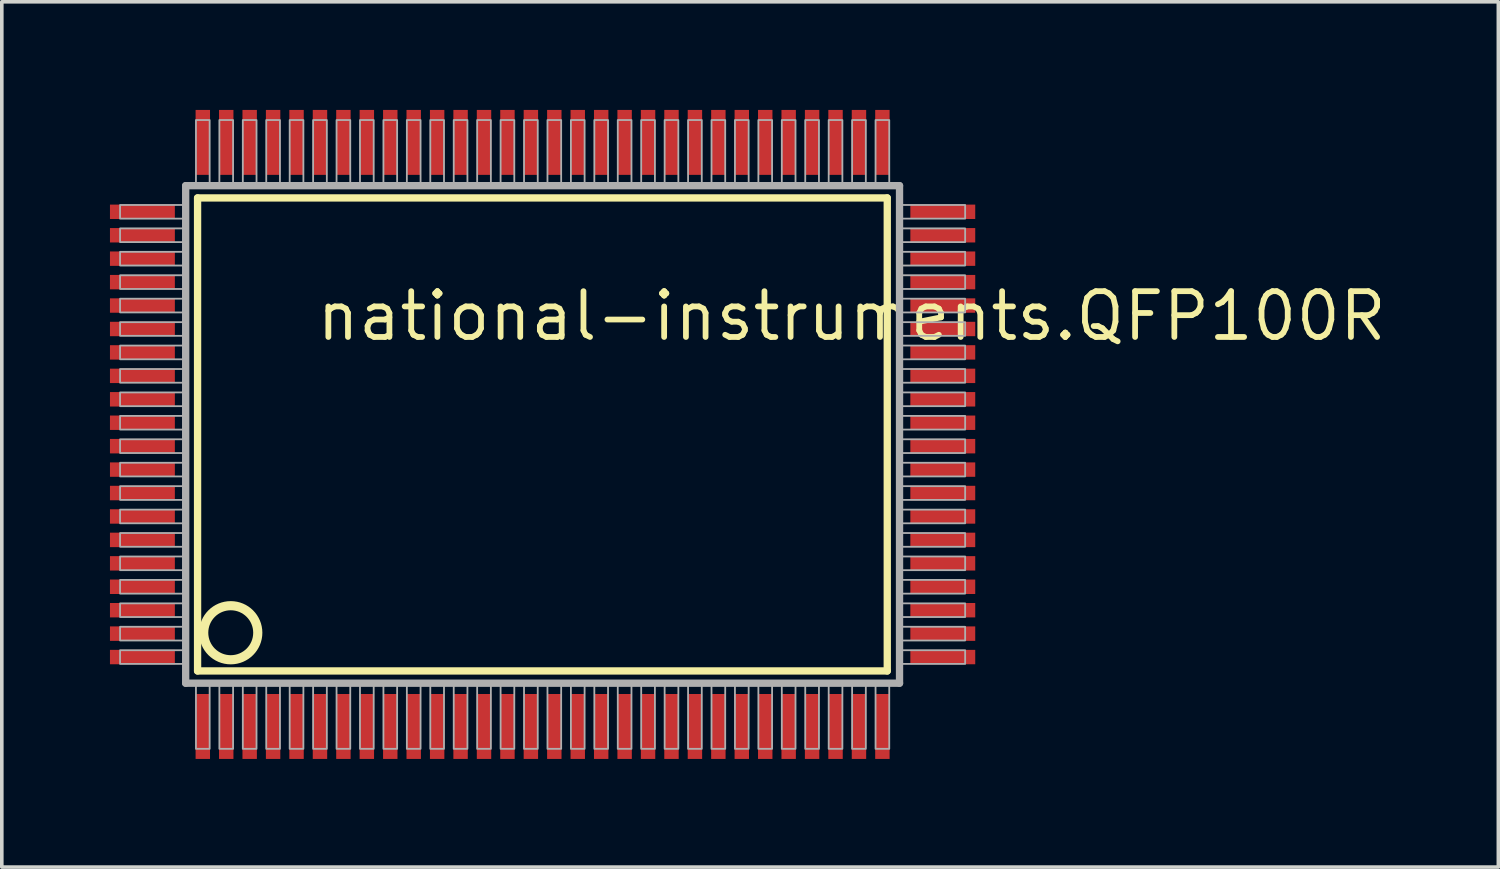
<source format=kicad_pcb>
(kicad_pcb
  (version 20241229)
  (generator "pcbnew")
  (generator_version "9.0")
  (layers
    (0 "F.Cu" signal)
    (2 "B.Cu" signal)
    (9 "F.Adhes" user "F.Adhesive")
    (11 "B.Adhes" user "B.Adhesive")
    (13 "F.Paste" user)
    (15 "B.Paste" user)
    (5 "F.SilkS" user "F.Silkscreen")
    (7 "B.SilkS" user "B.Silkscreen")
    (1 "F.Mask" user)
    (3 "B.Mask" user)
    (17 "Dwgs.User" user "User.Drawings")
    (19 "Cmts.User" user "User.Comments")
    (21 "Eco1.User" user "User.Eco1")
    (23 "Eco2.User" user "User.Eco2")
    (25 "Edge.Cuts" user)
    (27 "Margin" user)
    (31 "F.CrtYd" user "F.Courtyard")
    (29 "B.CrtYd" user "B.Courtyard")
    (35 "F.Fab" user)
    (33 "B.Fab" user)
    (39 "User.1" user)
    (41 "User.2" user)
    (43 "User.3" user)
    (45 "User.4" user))
  (footprint "national-instruments.QFP100R"
    (layer "F.Cu")
    (at 12 9)
    (property "Reference" "national-instruments.QFP100R" (at -6.35 -2.54 0) (layer "F.SilkS") (effects (font (size 1.27 1.27) (thickness 0.16)) (justify left bottom)))
    (attr smd)
    (fp_line (start -9.57 -6.56) (end 9.56 -6.56) (stroke (width 0.203) (type default)) (layer "F.SilkS"))
    (fp_line (start -9.57 6.56) (end -9.57 -6.56) (stroke (width 0.203) (type default)) (layer "F.SilkS"))
    (fp_line (start 9.56 -6.56) (end 9.56 6.56) (stroke (width 0.203) (type default)) (layer "F.SilkS"))
    (fp_line (start 9.56 6.56) (end -9.57 6.56) (stroke (width 0.203) (type default)) (layer "F.SilkS"))
    (fp_circle (center -8.65 5.5) (end -7.9 5.5) (stroke (width 0.254) (type default)) (fill no) (layer "F.SilkS"))
    (fp_line (start -9.9 -6.9) (end -9.9 6.9) (stroke (width 0.203) (type default)) (layer "F.Fab"))
    (fp_line (start -9.9 6.9) (end 9.9 6.9) (stroke (width 0.203) (type default)) (layer "F.Fab"))
    (fp_line (start 9.9 -6.9) (end -9.9 -6.9) (stroke (width 0.203) (type default)) (layer "F.Fab"))
    (fp_line (start 9.9 6.9) (end 9.9 -6.9) (stroke (width 0.203) (type default)) (layer "F.Fab"))
    (fp_rect (start -11.72 -5.985) (end -9.95 -6.365) (stroke (width 0.05) (type default)) (fill no) (layer "F.Fab"))
    (fp_rect (start -11.72 -5.335) (end -9.95 -5.715) (stroke (width 0.05) (type default)) (fill no) (layer "F.Fab"))
    (fp_rect (start -11.72 -4.685) (end -9.95 -5.065) (stroke (width 0.05) (type default)) (fill no) (layer "F.Fab"))
    (fp_rect (start -11.72 -4.035) (end -9.95 -4.415) (stroke (width 0.05) (type default)) (fill no) (layer "F.Fab"))
    (fp_rect (start -11.72 -3.385) (end -9.95 -3.765) (stroke (width 0.05) (type default)) (fill no) (layer "F.Fab"))
    (fp_rect (start -11.72 -2.735) (end -9.95 -3.115) (stroke (width 0.05) (type default)) (fill no) (layer "F.Fab"))
    (fp_rect (start -11.72 -2.085) (end -9.95 -2.465) (stroke (width 0.05) (type default)) (fill no) (layer "F.Fab"))
    (fp_rect (start -11.72 -1.435) (end -9.95 -1.815) (stroke (width 0.05) (type default)) (fill no) (layer "F.Fab"))
    (fp_rect (start -11.72 -0.785) (end -9.95 -1.165) (stroke (width 0.05) (type default)) (fill no) (layer "F.Fab"))
    (fp_rect (start -11.72 -0.135) (end -9.95 -0.515) (stroke (width 0.05) (type default)) (fill no) (layer "F.Fab"))
    (fp_rect (start -11.72 0.515) (end -9.95 0.135) (stroke (width 0.05) (type default)) (fill no) (layer "F.Fab"))
    (fp_rect (start -11.72 1.165) (end -9.95 0.785) (stroke (width 0.05) (type default)) (fill no) (layer "F.Fab"))
    (fp_rect (start -11.72 1.815) (end -9.95 1.435) (stroke (width 0.05) (type default)) (fill no) (layer "F.Fab"))
    (fp_rect (start -11.72 2.465) (end -9.95 2.085) (stroke (width 0.05) (type default)) (fill no) (layer "F.Fab"))
    (fp_rect (start -11.72 3.115) (end -9.95 2.735) (stroke (width 0.05) (type default)) (fill no) (layer "F.Fab"))
    (fp_rect (start -11.72 3.765) (end -9.95 3.385) (stroke (width 0.05) (type default)) (fill no) (layer "F.Fab"))
    (fp_rect (start -11.72 4.415) (end -9.95 4.035) (stroke (width 0.05) (type default)) (fill no) (layer "F.Fab"))
    (fp_rect (start -11.72 5.065) (end -9.95 4.685) (stroke (width 0.05) (type default)) (fill no) (layer "F.Fab"))
    (fp_rect (start -11.72 5.715) (end -9.95 5.335) (stroke (width 0.05) (type default)) (fill no) (layer "F.Fab"))
    (fp_rect (start -11.72 6.365) (end -9.95 5.985) (stroke (width 0.05) (type default)) (fill no) (layer "F.Fab"))
    (fp_rect (start -9.615 -6.95) (end -9.235 -8.72) (stroke (width 0.05) (type default)) (fill no) (layer "F.Fab"))
    (fp_rect (start -9.615 8.72) (end -9.235 6.95) (stroke (width 0.05) (type default)) (fill no) (layer "F.Fab"))
    (fp_rect (start -8.965 -6.95) (end -8.585 -8.72) (stroke (width 0.05) (type default)) (fill no) (layer "F.Fab"))
    (fp_rect (start -8.965 8.72) (end -8.585 6.95) (stroke (width 0.05) (type default)) (fill no) (layer "F.Fab"))
    (fp_rect (start -8.315 -6.95) (end -7.935 -8.72) (stroke (width 0.05) (type default)) (fill no) (layer "F.Fab"))
    (fp_rect (start -8.315 8.72) (end -7.935 6.95) (stroke (width 0.05) (type default)) (fill no) (layer "F.Fab"))
    (fp_rect (start -7.665 -6.95) (end -7.285 -8.72) (stroke (width 0.05) (type default)) (fill no) (layer "F.Fab"))
    (fp_rect (start -7.665 8.72) (end -7.285 6.95) (stroke (width 0.05) (type default)) (fill no) (layer "F.Fab"))
    (fp_rect (start -7.015 -6.95) (end -6.635 -8.72) (stroke (width 0.05) (type default)) (fill no) (layer "F.Fab"))
    (fp_rect (start -7.015 8.72) (end -6.635 6.95) (stroke (width 0.05) (type default)) (fill no) (layer "F.Fab"))
    (fp_rect (start -6.365 -6.95) (end -5.985 -8.72) (stroke (width 0.05) (type default)) (fill no) (layer "F.Fab"))
    (fp_rect (start -6.365 8.72) (end -5.985 6.95) (stroke (width 0.05) (type default)) (fill no) (layer "F.Fab"))
    (fp_rect (start -5.715 -6.95) (end -5.335 -8.72) (stroke (width 0.05) (type default)) (fill no) (layer "F.Fab"))
    (fp_rect (start -5.715 8.72) (end -5.335 6.95) (stroke (width 0.05) (type default)) (fill no) (layer "F.Fab"))
    (fp_rect (start -5.065 -6.95) (end -4.685 -8.72) (stroke (width 0.05) (type default)) (fill no) (layer "F.Fab"))
    (fp_rect (start -5.065 8.72) (end -4.685 6.95) (stroke (width 0.05) (type default)) (fill no) (layer "F.Fab"))
    (fp_rect (start -4.415 -6.95) (end -4.035 -8.72) (stroke (width 0.05) (type default)) (fill no) (layer "F.Fab"))
    (fp_rect (start -4.415 8.72) (end -4.035 6.95) (stroke (width 0.05) (type default)) (fill no) (layer "F.Fab"))
    (fp_rect (start -3.765 -6.95) (end -3.385 -8.72) (stroke (width 0.05) (type default)) (fill no) (layer "F.Fab"))
    (fp_rect (start -3.765 8.72) (end -3.385 6.95) (stroke (width 0.05) (type default)) (fill no) (layer "F.Fab"))
    (fp_rect (start -3.115 -6.95) (end -2.735 -8.72) (stroke (width 0.05) (type default)) (fill no) (layer "F.Fab"))
    (fp_rect (start -3.115 8.72) (end -2.735 6.95) (stroke (width 0.05) (type default)) (fill no) (layer "F.Fab"))
    (fp_rect (start -2.465 -6.95) (end -2.085 -8.72) (stroke (width 0.05) (type default)) (fill no) (layer "F.Fab"))
    (fp_rect (start -2.465 8.72) (end -2.085 6.95) (stroke (width 0.05) (type default)) (fill no) (layer "F.Fab"))
    (fp_rect (start -1.815 -6.95) (end -1.435 -8.72) (stroke (width 0.05) (type default)) (fill no) (layer "F.Fab"))
    (fp_rect (start -1.815 8.72) (end -1.435 6.95) (stroke (width 0.05) (type default)) (fill no) (layer "F.Fab"))
    (fp_rect (start -1.165 -6.95) (end -0.785 -8.72) (stroke (width 0.05) (type default)) (fill no) (layer "F.Fab"))
    (fp_rect (start -1.165 8.72) (end -0.785 6.95) (stroke (width 0.05) (type default)) (fill no) (layer "F.Fab"))
    (fp_rect (start -0.515 -6.95) (end -0.135 -8.72) (stroke (width 0.05) (type default)) (fill no) (layer "F.Fab"))
    (fp_rect (start -0.515 8.72) (end -0.135 6.95) (stroke (width 0.05) (type default)) (fill no) (layer "F.Fab"))
    (fp_rect (start 0.135 -6.95) (end 0.515 -8.72) (stroke (width 0.05) (type default)) (fill no) (layer "F.Fab"))
    (fp_rect (start 0.135 8.72) (end 0.515 6.95) (stroke (width 0.05) (type default)) (fill no) (layer "F.Fab"))
    (fp_rect (start 0.785 -6.95) (end 1.165 -8.72) (stroke (width 0.05) (type default)) (fill no) (layer "F.Fab"))
    (fp_rect (start 0.785 8.72) (end 1.165 6.95) (stroke (width 0.05) (type default)) (fill no) (layer "F.Fab"))
    (fp_rect (start 1.435 -6.95) (end 1.815 -8.72) (stroke (width 0.05) (type default)) (fill no) (layer "F.Fab"))
    (fp_rect (start 1.435 8.72) (end 1.815 6.95) (stroke (width 0.05) (type default)) (fill no) (layer "F.Fab"))
    (fp_rect (start 2.085 -6.95) (end 2.465 -8.72) (stroke (width 0.05) (type default)) (fill no) (layer "F.Fab"))
    (fp_rect (start 2.085 8.72) (end 2.465 6.95) (stroke (width 0.05) (type default)) (fill no) (layer "F.Fab"))
    (fp_rect (start 2.735 -6.95) (end 3.115 -8.72) (stroke (width 0.05) (type default)) (fill no) (layer "F.Fab"))
    (fp_rect (start 2.735 8.72) (end 3.115 6.95) (stroke (width 0.05) (type default)) (fill no) (layer "F.Fab"))
    (fp_rect (start 3.385 -6.95) (end 3.765 -8.72) (stroke (width 0.05) (type default)) (fill no) (layer "F.Fab"))
    (fp_rect (start 3.385 8.72) (end 3.765 6.95) (stroke (width 0.05) (type default)) (fill no) (layer "F.Fab"))
    (fp_rect (start 4.035 -6.95) (end 4.415 -8.72) (stroke (width 0.05) (type default)) (fill no) (layer "F.Fab"))
    (fp_rect (start 4.035 8.72) (end 4.415 6.95) (stroke (width 0.05) (type default)) (fill no) (layer "F.Fab"))
    (fp_rect (start 4.685 -6.95) (end 5.065 -8.72) (stroke (width 0.05) (type default)) (fill no) (layer "F.Fab"))
    (fp_rect (start 4.685 8.72) (end 5.065 6.95) (stroke (width 0.05) (type default)) (fill no) (layer "F.Fab"))
    (fp_rect (start 5.335 -6.95) (end 5.715 -8.72) (stroke (width 0.05) (type default)) (fill no) (layer "F.Fab"))
    (fp_rect (start 5.335 8.72) (end 5.715 6.95) (stroke (width 0.05) (type default)) (fill no) (layer "F.Fab"))
    (fp_rect (start 5.985 -6.95) (end 6.365 -8.72) (stroke (width 0.05) (type default)) (fill no) (layer "F.Fab"))
    (fp_rect (start 5.985 8.72) (end 6.365 6.95) (stroke (width 0.05) (type default)) (fill no) (layer "F.Fab"))
    (fp_rect (start 6.635 -6.95) (end 7.015 -8.72) (stroke (width 0.05) (type default)) (fill no) (layer "F.Fab"))
    (fp_rect (start 6.635 8.72) (end 7.015 6.95) (stroke (width 0.05) (type default)) (fill no) (layer "F.Fab"))
    (fp_rect (start 7.285 -6.95) (end 7.665 -8.72) (stroke (width 0.05) (type default)) (fill no) (layer "F.Fab"))
    (fp_rect (start 7.285 8.72) (end 7.665 6.95) (stroke (width 0.05) (type default)) (fill no) (layer "F.Fab"))
    (fp_rect (start 7.935 -6.95) (end 8.315 -8.72) (stroke (width 0.05) (type default)) (fill no) (layer "F.Fab"))
    (fp_rect (start 7.935 8.72) (end 8.315 6.95) (stroke (width 0.05) (type default)) (fill no) (layer "F.Fab"))
    (fp_rect (start 8.585 -6.95) (end 8.965 -8.72) (stroke (width 0.05) (type default)) (fill no) (layer "F.Fab"))
    (fp_rect (start 8.585 8.72) (end 8.965 6.95) (stroke (width 0.05) (type default)) (fill no) (layer "F.Fab"))
    (fp_rect (start 9.235 -6.95) (end 9.615 -8.72) (stroke (width 0.05) (type default)) (fill no) (layer "F.Fab"))
    (fp_rect (start 9.235 8.72) (end 9.615 6.95) (stroke (width 0.05) (type default)) (fill no) (layer "F.Fab"))
    (fp_rect (start 9.95 -5.985) (end 11.72 -6.365) (stroke (width 0.05) (type default)) (fill no) (layer "F.Fab"))
    (fp_rect (start 9.95 -5.335) (end 11.72 -5.715) (stroke (width 0.05) (type default)) (fill no) (layer "F.Fab"))
    (fp_rect (start 9.95 -4.685) (end 11.72 -5.065) (stroke (width 0.05) (type default)) (fill no) (layer "F.Fab"))
    (fp_rect (start 9.95 -4.035) (end 11.72 -4.415) (stroke (width 0.05) (type default)) (fill no) (layer "F.Fab"))
    (fp_rect (start 9.95 -3.385) (end 11.72 -3.765) (stroke (width 0.05) (type default)) (fill no) (layer "F.Fab"))
    (fp_rect (start 9.95 -2.735) (end 11.72 -3.115) (stroke (width 0.05) (type default)) (fill no) (layer "F.Fab"))
    (fp_rect (start 9.95 -2.085) (end 11.72 -2.465) (stroke (width 0.05) (type default)) (fill no) (layer "F.Fab"))
    (fp_rect (start 9.95 -1.435) (end 11.72 -1.815) (stroke (width 0.05) (type default)) (fill no) (layer "F.Fab"))
    (fp_rect (start 9.95 -0.785) (end 11.72 -1.165) (stroke (width 0.05) (type default)) (fill no) (layer "F.Fab"))
    (fp_rect (start 9.95 -0.135) (end 11.72 -0.515) (stroke (width 0.05) (type default)) (fill no) (layer "F.Fab"))
    (fp_rect (start 9.95 0.515) (end 11.72 0.135) (stroke (width 0.05) (type default)) (fill no) (layer "F.Fab"))
    (fp_rect (start 9.95 1.165) (end 11.72 0.785) (stroke (width 0.05) (type default)) (fill no) (layer "F.Fab"))
    (fp_rect (start 9.95 1.815) (end 11.72 1.435) (stroke (width 0.05) (type default)) (fill no) (layer "F.Fab"))
    (fp_rect (start 9.95 2.465) (end 11.72 2.085) (stroke (width 0.05) (type default)) (fill no) (layer "F.Fab"))
    (fp_rect (start 9.95 3.115) (end 11.72 2.735) (stroke (width 0.05) (type default)) (fill no) (layer "F.Fab"))
    (fp_rect (start 9.95 3.765) (end 11.72 3.385) (stroke (width 0.05) (type default)) (fill no) (layer "F.Fab"))
    (fp_rect (start 9.95 4.415) (end 11.72 4.035) (stroke (width 0.05) (type default)) (fill no) (layer "F.Fab"))
    (fp_rect (start 9.95 5.065) (end 11.72 4.685) (stroke (width 0.05) (type default)) (fill no) (layer "F.Fab"))
    (fp_rect (start 9.95 5.715) (end 11.72 5.335) (stroke (width 0.05) (type default)) (fill no) (layer "F.Fab"))
    (fp_rect (start 9.95 6.365) (end 11.72 5.985) (stroke (width 0.05) (type default)) (fill no) (layer "F.Fab"))
    (pad "1" smd roundrect (at -9.425 8.1) (size 0.4 1.8) (layers "F.Cu" "F.Mask" "F.Paste") (roundrect_rratio 0.01))
    (pad "2" smd roundrect (at -8.775 8.1) (size 0.4 1.8) (layers "F.Cu" "F.Mask" "F.Paste") (roundrect_rratio 0.01))
    (pad "3" smd roundrect (at -8.125 8.1) (size 0.4 1.8) (layers "F.Cu" "F.Mask" "F.Paste") (roundrect_rratio 0.01))
    (pad "4" smd roundrect (at -7.475 8.1) (size 0.4 1.8) (layers "F.Cu" "F.Mask" "F.Paste") (roundrect_rratio 0.01))
    (pad "5" smd roundrect (at -6.825 8.1) (size 0.4 1.8) (layers "F.Cu" "F.Mask" "F.Paste") (roundrect_rratio 0.01))
    (pad "6" smd roundrect (at -6.175 8.1) (size 0.4 1.8) (layers "F.Cu" "F.Mask" "F.Paste") (roundrect_rratio 0.01))
    (pad "7" smd roundrect (at -5.525 8.1) (size 0.4 1.8) (layers "F.Cu" "F.Mask" "F.Paste") (roundrect_rratio 0.01))
    (pad "8" smd roundrect (at -4.875 8.1) (size 0.4 1.8) (layers "F.Cu" "F.Mask" "F.Paste") (roundrect_rratio 0.01))
    (pad "9" smd roundrect (at -4.225 8.1) (size 0.4 1.8) (layers "F.Cu" "F.Mask" "F.Paste") (roundrect_rratio 0.01))
    (pad "10" smd roundrect (at -3.575 8.1) (size 0.4 1.8) (layers "F.Cu" "F.Mask" "F.Paste") (roundrect_rratio 0.01))
    (pad "11" smd roundrect (at -2.925 8.1) (size 0.4 1.8) (layers "F.Cu" "F.Mask" "F.Paste") (roundrect_rratio 0.01))
    (pad "12" smd roundrect (at -2.275 8.1) (size 0.4 1.8) (layers "F.Cu" "F.Mask" "F.Paste") (roundrect_rratio 0.01))
    (pad "13" smd roundrect (at -1.625 8.1) (size 0.4 1.8) (layers "F.Cu" "F.Mask" "F.Paste") (roundrect_rratio 0.01))
    (pad "14" smd roundrect (at -0.975 8.1) (size 0.4 1.8) (layers "F.Cu" "F.Mask" "F.Paste") (roundrect_rratio 0.01))
    (pad "15" smd roundrect (at -0.325 8.1) (size 0.4 1.8) (layers "F.Cu" "F.Mask" "F.Paste") (roundrect_rratio 0.01))
    (pad "16" smd roundrect (at 0.325 8.1) (size 0.4 1.8) (layers "F.Cu" "F.Mask" "F.Paste") (roundrect_rratio 0.01))
    (pad "17" smd roundrect (at 0.975 8.1) (size 0.4 1.8) (layers "F.Cu" "F.Mask" "F.Paste") (roundrect_rratio 0.01))
    (pad "18" smd roundrect (at 1.625 8.1) (size 0.4 1.8) (layers "F.Cu" "F.Mask" "F.Paste") (roundrect_rratio 0.01))
    (pad "19" smd roundrect (at 2.275 8.1) (size 0.4 1.8) (layers "F.Cu" "F.Mask" "F.Paste") (roundrect_rratio 0.01))
    (pad "20" smd roundrect (at 2.925 8.1) (size 0.4 1.8) (layers "F.Cu" "F.Mask" "F.Paste") (roundrect_rratio 0.01))
    (pad "21" smd roundrect (at 3.575 8.1) (size 0.4 1.8) (layers "F.Cu" "F.Mask" "F.Paste") (roundrect_rratio 0.01))
    (pad "22" smd roundrect (at 4.225 8.1) (size 0.4 1.8) (layers "F.Cu" "F.Mask" "F.Paste") (roundrect_rratio 0.01))
    (pad "23" smd roundrect (at 4.875 8.1) (size 0.4 1.8) (layers "F.Cu" "F.Mask" "F.Paste") (roundrect_rratio 0.01))
    (pad "24" smd roundrect (at 5.525 8.1) (size 0.4 1.8) (layers "F.Cu" "F.Mask" "F.Paste") (roundrect_rratio 0.01))
    (pad "25" smd roundrect (at 6.175 8.1) (size 0.4 1.8) (layers "F.Cu" "F.Mask" "F.Paste") (roundrect_rratio 0.01))
    (pad "26" smd roundrect (at 6.825 8.1) (size 0.4 1.8) (layers "F.Cu" "F.Mask" "F.Paste") (roundrect_rratio 0.01))
    (pad "27" smd roundrect (at 7.475 8.1) (size 0.4 1.8) (layers "F.Cu" "F.Mask" "F.Paste") (roundrect_rratio 0.01))
    (pad "28" smd roundrect (at 8.125 8.1) (size 0.4 1.8) (layers "F.Cu" "F.Mask" "F.Paste") (roundrect_rratio 0.01))
    (pad "29" smd roundrect (at 8.775 8.1) (size 0.4 1.8) (layers "F.Cu" "F.Mask" "F.Paste") (roundrect_rratio 0.01))
    (pad "30" smd roundrect (at 9.425 8.1) (size 0.4 1.8) (layers "F.Cu" "F.Mask" "F.Paste") (roundrect_rratio 0.01))
    (pad "31" smd roundrect (at 11.1 6.175) (size 1.8 0.4) (layers "F.Cu" "F.Mask" "F.Paste") (roundrect_rratio 0.01))
    (pad "32" smd roundrect (at 11.1 5.525) (size 1.8 0.4) (layers "F.Cu" "F.Mask" "F.Paste") (roundrect_rratio 0.01))
    (pad "33" smd roundrect (at 11.1 4.875) (size 1.8 0.4) (layers "F.Cu" "F.Mask" "F.Paste") (roundrect_rratio 0.01))
    (pad "34" smd roundrect (at 11.1 4.225) (size 1.8 0.4) (layers "F.Cu" "F.Mask" "F.Paste") (roundrect_rratio 0.01))
    (pad "35" smd roundrect (at 11.1 3.575) (size 1.8 0.4) (layers "F.Cu" "F.Mask" "F.Paste") (roundrect_rratio 0.01))
    (pad "36" smd roundrect (at 11.1 2.925) (size 1.8 0.4) (layers "F.Cu" "F.Mask" "F.Paste") (roundrect_rratio 0.01))
    (pad "37" smd roundrect (at 11.1 2.275) (size 1.8 0.4) (layers "F.Cu" "F.Mask" "F.Paste") (roundrect_rratio 0.01))
    (pad "38" smd roundrect (at 11.1 1.625) (size 1.8 0.4) (layers "F.Cu" "F.Mask" "F.Paste") (roundrect_rratio 0.01))
    (pad "39" smd roundrect (at 11.1 0.975) (size 1.8 0.4) (layers "F.Cu" "F.Mask" "F.Paste") (roundrect_rratio 0.01))
    (pad "40" smd roundrect (at 11.1 0.325) (size 1.8 0.4) (layers "F.Cu" "F.Mask" "F.Paste") (roundrect_rratio 0.01))
    (pad "41" smd roundrect (at 11.1 -0.325) (size 1.8 0.4) (layers "F.Cu" "F.Mask" "F.Paste") (roundrect_rratio 0.01))
    (pad "42" smd roundrect (at 11.1 -0.975) (size 1.8 0.4) (layers "F.Cu" "F.Mask" "F.Paste") (roundrect_rratio 0.01))
    (pad "43" smd roundrect (at 11.1 -1.625) (size 1.8 0.4) (layers "F.Cu" "F.Mask" "F.Paste") (roundrect_rratio 0.01))
    (pad "44" smd roundrect (at 11.1 -2.275) (size 1.8 0.4) (layers "F.Cu" "F.Mask" "F.Paste") (roundrect_rratio 0.01))
    (pad "45" smd roundrect (at 11.1 -2.925) (size 1.8 0.4) (layers "F.Cu" "F.Mask" "F.Paste") (roundrect_rratio 0.01))
    (pad "46" smd roundrect (at 11.1 -3.575) (size 1.8 0.4) (layers "F.Cu" "F.Mask" "F.Paste") (roundrect_rratio 0.01))
    (pad "47" smd roundrect (at 11.1 -4.225) (size 1.8 0.4) (layers "F.Cu" "F.Mask" "F.Paste") (roundrect_rratio 0.01))
    (pad "48" smd roundrect (at 11.1 -4.875) (size 1.8 0.4) (layers "F.Cu" "F.Mask" "F.Paste") (roundrect_rratio 0.01))
    (pad "49" smd roundrect (at 11.1 -5.525) (size 1.8 0.4) (layers "F.Cu" "F.Mask" "F.Paste") (roundrect_rratio 0.01))
    (pad "50" smd roundrect (at 11.1 -6.175) (size 1.8 0.4) (layers "F.Cu" "F.Mask" "F.Paste") (roundrect_rratio 0.01))
    (pad "51" smd roundrect (at 9.425 -8.1) (size 0.4 1.8) (layers "F.Cu" "F.Mask" "F.Paste") (roundrect_rratio 0.01))
    (pad "52" smd roundrect (at 8.775 -8.1) (size 0.4 1.8) (layers "F.Cu" "F.Mask" "F.Paste") (roundrect_rratio 0.01))
    (pad "53" smd roundrect (at 8.125 -8.1) (size 0.4 1.8) (layers "F.Cu" "F.Mask" "F.Paste") (roundrect_rratio 0.01))
    (pad "54" smd roundrect (at 7.475 -8.1) (size 0.4 1.8) (layers "F.Cu" "F.Mask" "F.Paste") (roundrect_rratio 0.01))
    (pad "55" smd roundrect (at 6.825 -8.1) (size 0.4 1.8) (layers "F.Cu" "F.Mask" "F.Paste") (roundrect_rratio 0.01))
    (pad "56" smd roundrect (at 6.175 -8.1) (size 0.4 1.8) (layers "F.Cu" "F.Mask" "F.Paste") (roundrect_rratio 0.01))
    (pad "57" smd roundrect (at 5.525 -8.1) (size 0.4 1.8) (layers "F.Cu" "F.Mask" "F.Paste") (roundrect_rratio 0.01))
    (pad "58" smd roundrect (at 4.875 -8.1) (size 0.4 1.8) (layers "F.Cu" "F.Mask" "F.Paste") (roundrect_rratio 0.01))
    (pad "59" smd roundrect (at 4.225 -8.1) (size 0.4 1.8) (layers "F.Cu" "F.Mask" "F.Paste") (roundrect_rratio 0.01))
    (pad "60" smd roundrect (at 3.575 -8.1) (size 0.4 1.8) (layers "F.Cu" "F.Mask" "F.Paste") (roundrect_rratio 0.01))
    (pad "61" smd roundrect (at 2.925 -8.1) (size 0.4 1.8) (layers "F.Cu" "F.Mask" "F.Paste") (roundrect_rratio 0.01))
    (pad "62" smd roundrect (at 2.275 -8.1) (size 0.4 1.8) (layers "F.Cu" "F.Mask" "F.Paste") (roundrect_rratio 0.01))
    (pad "63" smd roundrect (at 1.625 -8.1) (size 0.4 1.8) (layers "F.Cu" "F.Mask" "F.Paste") (roundrect_rratio 0.01))
    (pad "64" smd roundrect (at 0.975 -8.1) (size 0.4 1.8) (layers "F.Cu" "F.Mask" "F.Paste") (roundrect_rratio 0.01))
    (pad "65" smd roundrect (at 0.325 -8.1) (size 0.4 1.8) (layers "F.Cu" "F.Mask" "F.Paste") (roundrect_rratio 0.01))
    (pad "66" smd roundrect (at -0.325 -8.1) (size 0.4 1.8) (layers "F.Cu" "F.Mask" "F.Paste") (roundrect_rratio 0.01))
    (pad "67" smd roundrect (at -0.975 -8.1) (size 0.4 1.8) (layers "F.Cu" "F.Mask" "F.Paste") (roundrect_rratio 0.01))
    (pad "68" smd roundrect (at -1.625 -8.1) (size 0.4 1.8) (layers "F.Cu" "F.Mask" "F.Paste") (roundrect_rratio 0.01))
    (pad "69" smd roundrect (at -2.275 -8.1) (size 0.4 1.8) (layers "F.Cu" "F.Mask" "F.Paste") (roundrect_rratio 0.01))
    (pad "70" smd roundrect (at -2.925 -8.1) (size 0.4 1.8) (layers "F.Cu" "F.Mask" "F.Paste") (roundrect_rratio 0.01))
    (pad "71" smd roundrect (at -3.575 -8.1) (size 0.4 1.8) (layers "F.Cu" "F.Mask" "F.Paste") (roundrect_rratio 0.01))
    (pad "72" smd roundrect (at -4.225 -8.1) (size 0.4 1.8) (layers "F.Cu" "F.Mask" "F.Paste") (roundrect_rratio 0.01))
    (pad "73" smd roundrect (at -4.875 -8.1) (size 0.4 1.8) (layers "F.Cu" "F.Mask" "F.Paste") (roundrect_rratio 0.01))
    (pad "74" smd roundrect (at -5.525 -8.1) (size 0.4 1.8) (layers "F.Cu" "F.Mask" "F.Paste") (roundrect_rratio 0.01))
    (pad "75" smd roundrect (at -6.175 -8.1) (size 0.4 1.8) (layers "F.Cu" "F.Mask" "F.Paste") (roundrect_rratio 0.01))
    (pad "76" smd roundrect (at -6.825 -8.1) (size 0.4 1.8) (layers "F.Cu" "F.Mask" "F.Paste") (roundrect_rratio 0.01))
    (pad "77" smd roundrect (at -7.475 -8.1) (size 0.4 1.8) (layers "F.Cu" "F.Mask" "F.Paste") (roundrect_rratio 0.01))
    (pad "78" smd roundrect (at -8.125 -8.1) (size 0.4 1.8) (layers "F.Cu" "F.Mask" "F.Paste") (roundrect_rratio 0.01))
    (pad "79" smd roundrect (at -8.775 -8.1) (size 0.4 1.8) (layers "F.Cu" "F.Mask" "F.Paste") (roundrect_rratio 0.01))
    (pad "80" smd roundrect (at -9.425 -8.1) (size 0.4 1.8) (layers "F.Cu" "F.Mask" "F.Paste") (roundrect_rratio 0.01))
    (pad "81" smd roundrect (at -11.1 -6.175) (size 1.8 0.4) (layers "F.Cu" "F.Mask" "F.Paste") (roundrect_rratio 0.01))
    (pad "82" smd roundrect (at -11.1 -5.525) (size 1.8 0.4) (layers "F.Cu" "F.Mask" "F.Paste") (roundrect_rratio 0.01))
    (pad "83" smd roundrect (at -11.1 -4.875) (size 1.8 0.4) (layers "F.Cu" "F.Mask" "F.Paste") (roundrect_rratio 0.01))
    (pad "84" smd roundrect (at -11.1 -4.225) (size 1.8 0.4) (layers "F.Cu" "F.Mask" "F.Paste") (roundrect_rratio 0.01))
    (pad "85" smd roundrect (at -11.1 -3.575) (size 1.8 0.4) (layers "F.Cu" "F.Mask" "F.Paste") (roundrect_rratio 0.01))
    (pad "86" smd roundrect (at -11.1 -2.925) (size 1.8 0.4) (layers "F.Cu" "F.Mask" "F.Paste") (roundrect_rratio 0.01))
    (pad "87" smd roundrect (at -11.1 -2.275) (size 1.8 0.4) (layers "F.Cu" "F.Mask" "F.Paste") (roundrect_rratio 0.01))
    (pad "88" smd roundrect (at -11.1 -1.625) (size 1.8 0.4) (layers "F.Cu" "F.Mask" "F.Paste") (roundrect_rratio 0.01))
    (pad "89" smd roundrect (at -11.1 -0.975) (size 1.8 0.4) (layers "F.Cu" "F.Mask" "F.Paste") (roundrect_rratio 0.01))
    (pad "90" smd roundrect (at -11.1 -0.325) (size 1.8 0.4) (layers "F.Cu" "F.Mask" "F.Paste") (roundrect_rratio 0.01))
    (pad "91" smd roundrect (at -11.1 0.325) (size 1.8 0.4) (layers "F.Cu" "F.Mask" "F.Paste") (roundrect_rratio 0.01))
    (pad "92" smd roundrect (at -11.1 0.975) (size 1.8 0.4) (layers "F.Cu" "F.Mask" "F.Paste") (roundrect_rratio 0.01))
    (pad "93" smd roundrect (at -11.1 1.625) (size 1.8 0.4) (layers "F.Cu" "F.Mask" "F.Paste") (roundrect_rratio 0.01))
    (pad "94" smd roundrect (at -11.1 2.275) (size 1.8 0.4) (layers "F.Cu" "F.Mask" "F.Paste") (roundrect_rratio 0.01))
    (pad "95" smd roundrect (at -11.1 2.925) (size 1.8 0.4) (layers "F.Cu" "F.Mask" "F.Paste") (roundrect_rratio 0.01))
    (pad "96" smd roundrect (at -11.1 3.575) (size 1.8 0.4) (layers "F.Cu" "F.Mask" "F.Paste") (roundrect_rratio 0.01))
    (pad "97" smd roundrect (at -11.1 4.225) (size 1.8 0.4) (layers "F.Cu" "F.Mask" "F.Paste") (roundrect_rratio 0.01))
    (pad "98" smd roundrect (at -11.1 4.875) (size 1.8 0.4) (layers "F.Cu" "F.Mask" "F.Paste") (roundrect_rratio 0.01))
    (pad "99" smd roundrect (at -11.1 5.525) (size 1.8 0.4) (layers "F.Cu" "F.Mask" "F.Paste") (roundrect_rratio 0.01))
    (pad "100" smd roundrect (at -11.1 6.175) (size 1.8 0.4) (layers "F.Cu" "F.Mask" "F.Paste") (roundrect_rratio 0.01)))
  (gr_rect
    (start -3 -3)
    (end 38.509 21)
    (stroke (width 0.1) (type default))
    (fill no)
    (layer "Edge.Cuts")))
</source>
